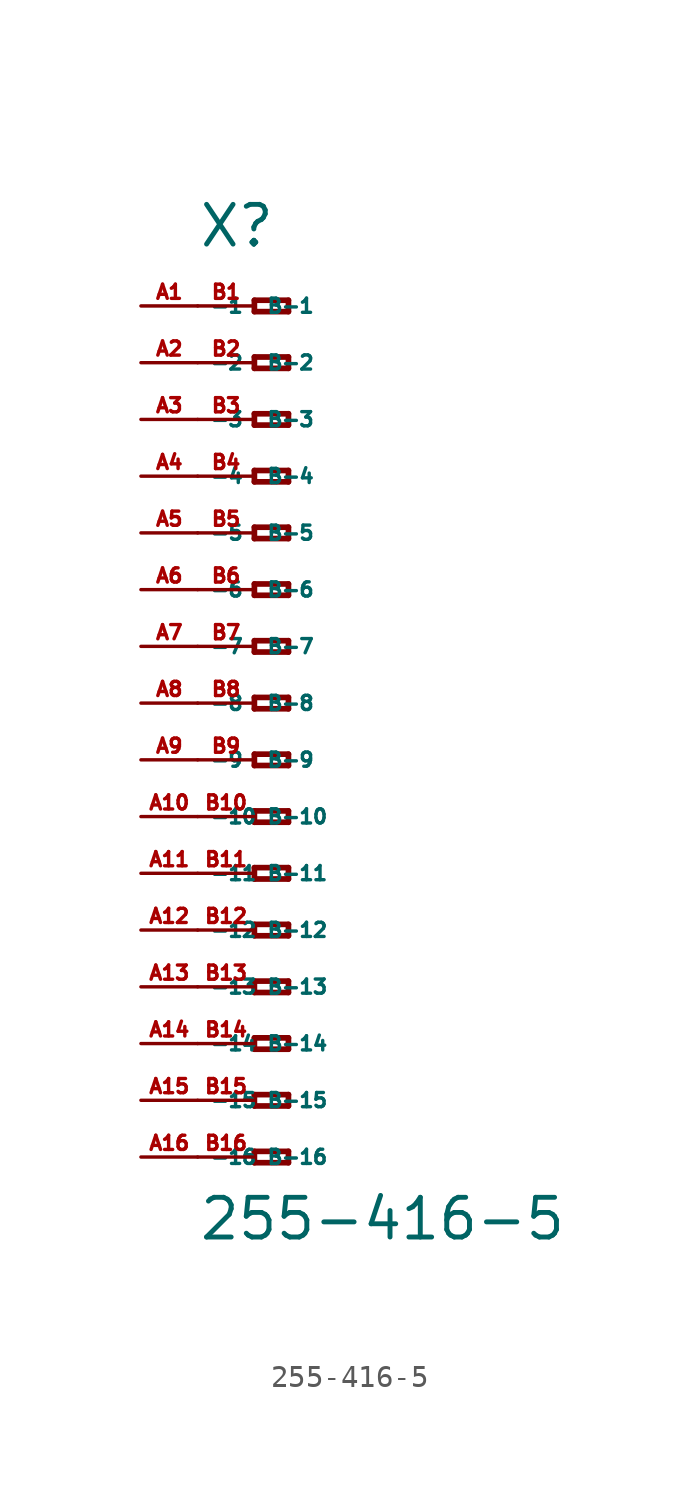
<source format=kicad_sym>
(kicad_symbol_lib
  (version 20220914)
  (generator Eagle2Kicad)
  (symbol "255-416-5"
    (property "Reference" "X"
      (at -5.08 20.32 0)
      (effects (font (size 1.778 1.778) (thickness 0.22)) (justify left bottom)))
    (property "Value" "255-416-5"
      (at -5.08 -24.13 0)
      (effects (font (size 1.778 1.778) (thickness 0.22)) (justify left bottom)))
    (polyline
      (pts (xy -2.54 18.034) (xy -2.54 17.526))
      (stroke (width 0.254) (type default))
      (fill (type none)))
    (polyline
      (pts (xy -2.54 17.526) (xy -1.016 17.526))
      (stroke (width 0.254) (type default))
      (fill (type none)))
    (polyline
      (pts (xy -1.016 17.526) (xy -1.016 18.034))
      (stroke (width 0.254) (type default))
      (fill (type none)))
    (polyline
      (pts (xy -1.016 18.034) (xy -2.54 18.034))
      (stroke (width 0.254) (type default))
      (fill (type none)))
    (polyline
      (pts (xy -2.54 15.494) (xy -2.54 14.986))
      (stroke (width 0.254) (type default))
      (fill (type none)))
    (polyline
      (pts (xy -2.54 14.986) (xy -1.016 14.986))
      (stroke (width 0.254) (type default))
      (fill (type none)))
    (polyline
      (pts (xy -1.016 14.986) (xy -1.016 15.494))
      (stroke (width 0.254) (type default))
      (fill (type none)))
    (polyline
      (pts (xy -1.016 15.494) (xy -2.54 15.494))
      (stroke (width 0.254) (type default))
      (fill (type none)))
    (polyline
      (pts (xy -2.54 12.954) (xy -2.54 12.446))
      (stroke (width 0.254) (type default))
      (fill (type none)))
    (polyline
      (pts (xy -2.54 12.446) (xy -1.016 12.446))
      (stroke (width 0.254) (type default))
      (fill (type none)))
    (polyline
      (pts (xy -1.016 12.446) (xy -1.016 12.954))
      (stroke (width 0.254) (type default))
      (fill (type none)))
    (polyline
      (pts (xy -1.016 12.954) (xy -2.54 12.954))
      (stroke (width 0.254) (type default))
      (fill (type none)))
    (polyline
      (pts (xy -2.54 10.414) (xy -2.54 9.906))
      (stroke (width 0.254) (type default))
      (fill (type none)))
    (polyline
      (pts (xy -2.54 9.906) (xy -1.016 9.906))
      (stroke (width 0.254) (type default))
      (fill (type none)))
    (polyline
      (pts (xy -1.016 9.906) (xy -1.016 10.414))
      (stroke (width 0.254) (type default))
      (fill (type none)))
    (polyline
      (pts (xy -1.016 10.414) (xy -2.54 10.414))
      (stroke (width 0.254) (type default))
      (fill (type none)))
    (polyline
      (pts (xy -2.54 7.874) (xy -2.54 7.366))
      (stroke (width 0.254) (type default))
      (fill (type none)))
    (polyline
      (pts (xy -2.54 7.366) (xy -1.016 7.366))
      (stroke (width 0.254) (type default))
      (fill (type none)))
    (polyline
      (pts (xy -1.016 7.366) (xy -1.016 7.874))
      (stroke (width 0.254) (type default))
      (fill (type none)))
    (polyline
      (pts (xy -1.016 7.874) (xy -2.54 7.874))
      (stroke (width 0.254) (type default))
      (fill (type none)))
    (polyline
      (pts (xy -2.54 5.334) (xy -2.54 4.826))
      (stroke (width 0.254) (type default))
      (fill (type none)))
    (polyline
      (pts (xy -2.54 4.826) (xy -1.016 4.826))
      (stroke (width 0.254) (type default))
      (fill (type none)))
    (polyline
      (pts (xy -1.016 4.826) (xy -1.016 5.334))
      (stroke (width 0.254) (type default))
      (fill (type none)))
    (polyline
      (pts (xy -1.016 5.334) (xy -2.54 5.334))
      (stroke (width 0.254) (type default))
      (fill (type none)))
    (polyline
      (pts (xy -2.54 2.794) (xy -2.54 2.286))
      (stroke (width 0.254) (type default))
      (fill (type none)))
    (polyline
      (pts (xy -2.54 2.286) (xy -1.016 2.286))
      (stroke (width 0.254) (type default))
      (fill (type none)))
    (polyline
      (pts (xy -1.016 2.286) (xy -1.016 2.794))
      (stroke (width 0.254) (type default))
      (fill (type none)))
    (polyline
      (pts (xy -1.016 2.794) (xy -2.54 2.794))
      (stroke (width 0.254) (type default))
      (fill (type none)))
    (polyline
      (pts (xy -2.54 0.254) (xy -2.54 -0.254))
      (stroke (width 0.254) (type default))
      (fill (type none)))
    (polyline
      (pts (xy -2.54 -0.254) (xy -1.016 -0.254))
      (stroke (width 0.254) (type default))
      (fill (type none)))
    (polyline
      (pts (xy -1.016 -0.254) (xy -1.016 0.254))
      (stroke (width 0.254) (type default))
      (fill (type none)))
    (polyline
      (pts (xy -1.016 0.254) (xy -2.54 0.254))
      (stroke (width 0.254) (type default))
      (fill (type none)))
    (polyline
      (pts (xy -2.54 -2.286) (xy -2.54 -2.794))
      (stroke (width 0.254) (type default))
      (fill (type none)))
    (polyline
      (pts (xy -2.54 -2.794) (xy -1.016 -2.794))
      (stroke (width 0.254) (type default))
      (fill (type none)))
    (polyline
      (pts (xy -1.016 -2.794) (xy -1.016 -2.286))
      (stroke (width 0.254) (type default))
      (fill (type none)))
    (polyline
      (pts (xy -1.016 -2.286) (xy -2.54 -2.286))
      (stroke (width 0.254) (type default))
      (fill (type none)))
    (polyline
      (pts (xy -2.54 -4.826) (xy -2.54 -5.334))
      (stroke (width 0.254) (type default))
      (fill (type none)))
    (polyline
      (pts (xy -2.54 -5.334) (xy -1.016 -5.334))
      (stroke (width 0.254) (type default))
      (fill (type none)))
    (polyline
      (pts (xy -1.016 -5.334) (xy -1.016 -4.826))
      (stroke (width 0.254) (type default))
      (fill (type none)))
    (polyline
      (pts (xy -1.016 -4.826) (xy -2.54 -4.826))
      (stroke (width 0.254) (type default))
      (fill (type none)))
    (polyline
      (pts (xy -2.54 -7.366) (xy -2.54 -7.874))
      (stroke (width 0.254) (type default))
      (fill (type none)))
    (polyline
      (pts (xy -2.54 -7.874) (xy -1.016 -7.874))
      (stroke (width 0.254) (type default))
      (fill (type none)))
    (polyline
      (pts (xy -1.016 -7.874) (xy -1.016 -7.366))
      (stroke (width 0.254) (type default))
      (fill (type none)))
    (polyline
      (pts (xy -1.016 -7.366) (xy -2.54 -7.366))
      (stroke (width 0.254) (type default))
      (fill (type none)))
    (polyline
      (pts (xy -2.54 -9.906) (xy -2.54 -10.414))
      (stroke (width 0.254) (type default))
      (fill (type none)))
    (polyline
      (pts (xy -2.54 -10.414) (xy -1.016 -10.414))
      (stroke (width 0.254) (type default))
      (fill (type none)))
    (polyline
      (pts (xy -1.016 -10.414) (xy -1.016 -9.906))
      (stroke (width 0.254) (type default))
      (fill (type none)))
    (polyline
      (pts (xy -1.016 -9.906) (xy -2.54 -9.906))
      (stroke (width 0.254) (type default))
      (fill (type none)))
    (polyline
      (pts (xy -2.54 -12.446) (xy -2.54 -12.954))
      (stroke (width 0.254) (type default))
      (fill (type none)))
    (polyline
      (pts (xy -2.54 -12.954) (xy -1.016 -12.954))
      (stroke (width 0.254) (type default))
      (fill (type none)))
    (polyline
      (pts (xy -1.016 -12.954) (xy -1.016 -12.446))
      (stroke (width 0.254) (type default))
      (fill (type none)))
    (polyline
      (pts (xy -1.016 -12.446) (xy -2.54 -12.446))
      (stroke (width 0.254) (type default))
      (fill (type none)))
    (polyline
      (pts (xy -2.54 -14.986) (xy -2.54 -15.494))
      (stroke (width 0.254) (type default))
      (fill (type none)))
    (polyline
      (pts (xy -2.54 -15.494) (xy -1.016 -15.494))
      (stroke (width 0.254) (type default))
      (fill (type none)))
    (polyline
      (pts (xy -1.016 -15.494) (xy -1.016 -14.986))
      (stroke (width 0.254) (type default))
      (fill (type none)))
    (polyline
      (pts (xy -1.016 -14.986) (xy -2.54 -14.986))
      (stroke (width 0.254) (type default))
      (fill (type none)))
    (polyline
      (pts (xy -2.54 -17.526) (xy -2.54 -18.034))
      (stroke (width 0.254) (type default))
      (fill (type none)))
    (polyline
      (pts (xy -2.54 -18.034) (xy -1.016 -18.034))
      (stroke (width 0.254) (type default))
      (fill (type none)))
    (polyline
      (pts (xy -1.016 -18.034) (xy -1.016 -17.526))
      (stroke (width 0.254) (type default))
      (fill (type none)))
    (polyline
      (pts (xy -1.016 -17.526) (xy -2.54 -17.526))
      (stroke (width 0.254) (type default))
      (fill (type none)))
    (polyline
      (pts (xy -2.54 -20.066) (xy -2.54 -20.574))
      (stroke (width 0.254) (type default))
      (fill (type none)))
    (polyline
      (pts (xy -2.54 -20.574) (xy -1.016 -20.574))
      (stroke (width 0.254) (type default))
      (fill (type none)))
    (polyline
      (pts (xy -1.016 -20.574) (xy -1.016 -20.066))
      (stroke (width 0.254) (type default))
      (fill (type none)))
    (polyline
      (pts (xy -1.016 -20.066) (xy -2.54 -20.066))
      (stroke (width 0.254) (type default))
      (fill (type none)))
    (pin passive line
      (at -7.62 17.78 0)
      (length 2.54)
      (name "-1" (effects (font (size 0.635 0.635) (thickness 0.08)) (justify left bottom)))
      (number "A1" (effects (font (size 0.635 0.635) (thickness 0.08)) (justify left bottom))))
    (pin passive line
      (at -7.62 15.24 0)
      (length 2.54)
      (name "-2" (effects (font (size 0.635 0.635) (thickness 0.08)) (justify left bottom)))
      (number "A2" (effects (font (size 0.635 0.635) (thickness 0.08)) (justify left bottom))))
    (pin passive line
      (at -7.62 12.7 0)
      (length 2.54)
      (name "-3" (effects (font (size 0.635 0.635) (thickness 0.08)) (justify left bottom)))
      (number "A3" (effects (font (size 0.635 0.635) (thickness 0.08)) (justify left bottom))))
    (pin passive line
      (at -7.62 10.16 0)
      (length 2.54)
      (name "-4" (effects (font (size 0.635 0.635) (thickness 0.08)) (justify left bottom)))
      (number "A4" (effects (font (size 0.635 0.635) (thickness 0.08)) (justify left bottom))))
    (pin passive line
      (at -7.62 7.62 0)
      (length 2.54)
      (name "-5" (effects (font (size 0.635 0.635) (thickness 0.08)) (justify left bottom)))
      (number "A5" (effects (font (size 0.635 0.635) (thickness 0.08)) (justify left bottom))))
    (pin passive line
      (at -7.62 5.08 0)
      (length 2.54)
      (name "-6" (effects (font (size 0.635 0.635) (thickness 0.08)) (justify left bottom)))
      (number "A6" (effects (font (size 0.635 0.635) (thickness 0.08)) (justify left bottom))))
    (pin passive line
      (at -7.62 2.54 0)
      (length 2.54)
      (name "-7" (effects (font (size 0.635 0.635) (thickness 0.08)) (justify left bottom)))
      (number "A7" (effects (font (size 0.635 0.635) (thickness 0.08)) (justify left bottom))))
    (pin passive line
      (at -7.62 0 0)
      (length 2.54)
      (name "-8" (effects (font (size 0.635 0.635) (thickness 0.08)) (justify left bottom)))
      (number "A8" (effects (font (size 0.635 0.635) (thickness 0.08)) (justify left bottom))))
    (pin passive line
      (at -7.62 -2.54 0)
      (length 2.54)
      (name "-9" (effects (font (size 0.635 0.635) (thickness 0.08)) (justify left bottom)))
      (number "A9" (effects (font (size 0.635 0.635) (thickness 0.08)) (justify left bottom))))
    (pin passive line
      (at -7.62 -5.08 0)
      (length 2.54)
      (name "-10" (effects (font (size 0.635 0.635) (thickness 0.08)) (justify left bottom)))
      (number "A10" (effects (font (size 0.635 0.635) (thickness 0.08)) (justify left bottom))))
    (pin passive line
      (at -7.62 -7.62 0)
      (length 2.54)
      (name "-11" (effects (font (size 0.635 0.635) (thickness 0.08)) (justify left bottom)))
      (number "A11" (effects (font (size 0.635 0.635) (thickness 0.08)) (justify left bottom))))
    (pin passive line
      (at -7.62 -10.16 0)
      (length 2.54)
      (name "-12" (effects (font (size 0.635 0.635) (thickness 0.08)) (justify left bottom)))
      (number "A12" (effects (font (size 0.635 0.635) (thickness 0.08)) (justify left bottom))))
    (pin passive line
      (at -7.62 -12.7 0)
      (length 2.54)
      (name "-13" (effects (font (size 0.635 0.635) (thickness 0.08)) (justify left bottom)))
      (number "A13" (effects (font (size 0.635 0.635) (thickness 0.08)) (justify left bottom))))
    (pin passive line
      (at -7.62 -15.24 0)
      (length 2.54)
      (name "-14" (effects (font (size 0.635 0.635) (thickness 0.08)) (justify left bottom)))
      (number "A14" (effects (font (size 0.635 0.635) (thickness 0.08)) (justify left bottom))))
    (pin passive line
      (at -7.62 -17.78 0)
      (length 2.54)
      (name "-15" (effects (font (size 0.635 0.635) (thickness 0.08)) (justify left bottom)))
      (number "A15" (effects (font (size 0.635 0.635) (thickness 0.08)) (justify left bottom))))
    (pin passive line
      (at -7.62 -20.32 0)
      (length 2.54)
      (name "-16" (effects (font (size 0.635 0.635) (thickness 0.08)) (justify left bottom)))
      (number "A16" (effects (font (size 0.635 0.635) (thickness 0.08)) (justify left bottom))))
    (pin passive line
      (at -5.08 -20.32 0)
      (length 2.54)
      (name "B-16" (effects (font (size 0.635 0.635) (thickness 0.08)) (justify left bottom)))
      (number "B16" (effects (font (size 0.635 0.635) (thickness 0.08)) (justify left bottom))))
    (pin passive line
      (at -5.08 17.78 0)
      (length 2.54)
      (name "B-1" (effects (font (size 0.635 0.635) (thickness 0.08)) (justify left bottom)))
      (number "B1" (effects (font (size 0.635 0.635) (thickness 0.08)) (justify left bottom))))
    (pin passive line
      (at -5.08 15.24 0)
      (length 2.54)
      (name "B-2" (effects (font (size 0.635 0.635) (thickness 0.08)) (justify left bottom)))
      (number "B2" (effects (font (size 0.635 0.635) (thickness 0.08)) (justify left bottom))))
    (pin passive line
      (at -5.08 12.7 0)
      (length 2.54)
      (name "B-3" (effects (font (size 0.635 0.635) (thickness 0.08)) (justify left bottom)))
      (number "B3" (effects (font (size 0.635 0.635) (thickness 0.08)) (justify left bottom))))
    (pin passive line
      (at -5.08 10.16 0)
      (length 2.54)
      (name "B-4" (effects (font (size 0.635 0.635) (thickness 0.08)) (justify left bottom)))
      (number "B4" (effects (font (size 0.635 0.635) (thickness 0.08)) (justify left bottom))))
    (pin passive line
      (at -5.08 7.62 0)
      (length 2.54)
      (name "B-5" (effects (font (size 0.635 0.635) (thickness 0.08)) (justify left bottom)))
      (number "B5" (effects (font (size 0.635 0.635) (thickness 0.08)) (justify left bottom))))
    (pin passive line
      (at -5.08 5.08 0)
      (length 2.54)
      (name "B-6" (effects (font (size 0.635 0.635) (thickness 0.08)) (justify left bottom)))
      (number "B6" (effects (font (size 0.635 0.635) (thickness 0.08)) (justify left bottom))))
    (pin passive line
      (at -5.08 2.54 0)
      (length 2.54)
      (name "B-7" (effects (font (size 0.635 0.635) (thickness 0.08)) (justify left bottom)))
      (number "B7" (effects (font (size 0.635 0.635) (thickness 0.08)) (justify left bottom))))
    (pin passive line
      (at -5.08 0 0)
      (length 2.54)
      (name "B-8" (effects (font (size 0.635 0.635) (thickness 0.08)) (justify left bottom)))
      (number "B8" (effects (font (size 0.635 0.635) (thickness 0.08)) (justify left bottom))))
    (pin passive line
      (at -5.08 -2.54 0)
      (length 2.54)
      (name "B-9" (effects (font (size 0.635 0.635) (thickness 0.08)) (justify left bottom)))
      (number "B9" (effects (font (size 0.635 0.635) (thickness 0.08)) (justify left bottom))))
    (pin passive line
      (at -5.08 -5.08 0)
      (length 2.54)
      (name "B-10" (effects (font (size 0.635 0.635) (thickness 0.08)) (justify left bottom)))
      (number "B10" (effects (font (size 0.635 0.635) (thickness 0.08)) (justify left bottom))))
    (pin passive line
      (at -5.08 -7.62 0)
      (length 2.54)
      (name "B-11" (effects (font (size 0.635 0.635) (thickness 0.08)) (justify left bottom)))
      (number "B11" (effects (font (size 0.635 0.635) (thickness 0.08)) (justify left bottom))))
    (pin passive line
      (at -5.08 -10.16 0)
      (length 2.54)
      (name "B-12" (effects (font (size 0.635 0.635) (thickness 0.08)) (justify left bottom)))
      (number "B12" (effects (font (size 0.635 0.635) (thickness 0.08)) (justify left bottom))))
    (pin passive line
      (at -5.08 -12.7 0)
      (length 2.54)
      (name "B-13" (effects (font (size 0.635 0.635) (thickness 0.08)) (justify left bottom)))
      (number "B13" (effects (font (size 0.635 0.635) (thickness 0.08)) (justify left bottom))))
    (pin passive line
      (at -5.08 -15.24 0)
      (length 2.54)
      (name "B-14" (effects (font (size 0.635 0.635) (thickness 0.08)) (justify left bottom)))
      (number "B14" (effects (font (size 0.635 0.635) (thickness 0.08)) (justify left bottom))))
    (pin passive line
      (at -5.08 -17.78 0)
      (length 2.54)
      (name "B-15" (effects (font (size 0.635 0.635) (thickness 0.08)) (justify left bottom)))
      (number "B15" (effects (font (size 0.635 0.635) (thickness 0.08)) (justify left bottom))))))
</source>
